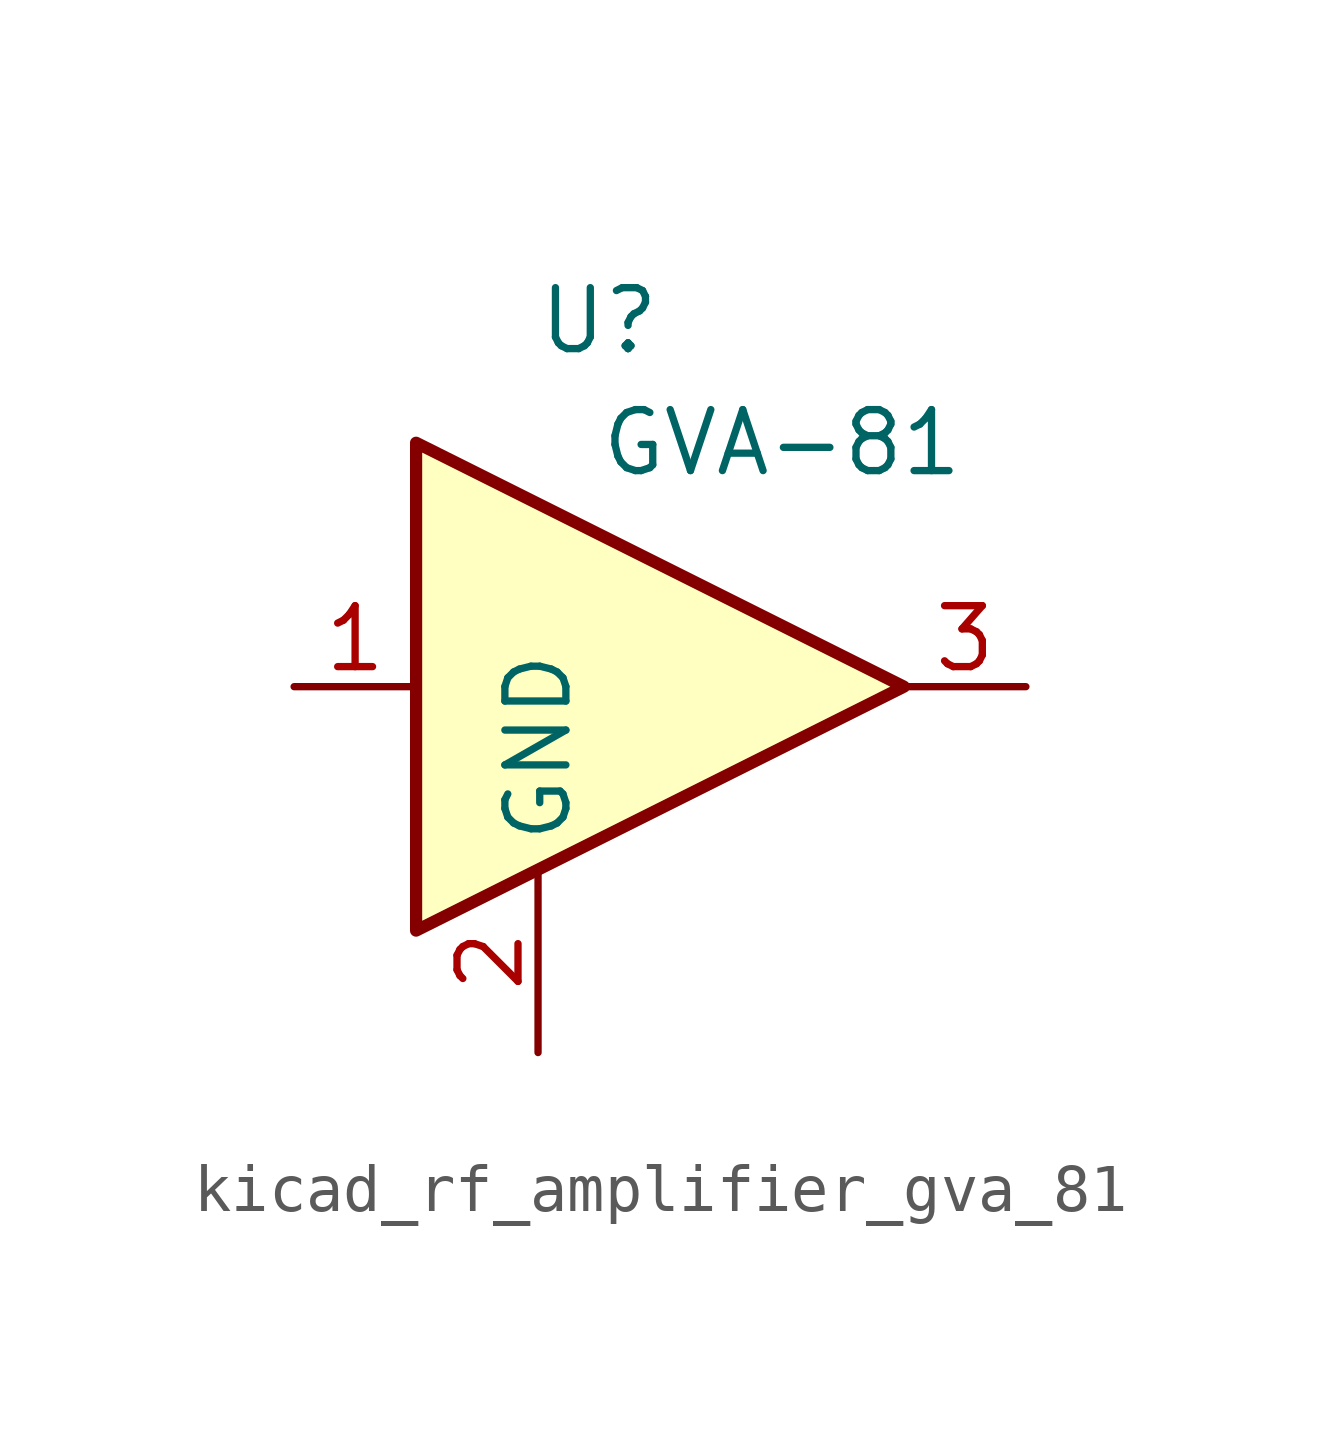
<source format=kicad_sym>
(kicad_symbol_lib
  (version 20220914)
  (generator kicad_symbol_editor)
  (symbol "kicad_rf_amplifier_gva_81"
    (property "Reference" "U"
      (at -1.27 7.62 0)
      (effects (font (size 1.27 1.27))))
    (property "Value" "GVA-81"
      (at 2.54 5.08 0)
      (effects (font (size 1.27 1.27))))
    (symbol "kicad_rf_amplifier_gva_81_0_1"
      (polyline (pts (xy 5.08 0) (xy -5.08 5.08) (xy -5.08 -5.08) (xy 5.08 0)) (stroke (width 0.254) (type default)) (fill (type background))))
    (symbol "kicad_rf_amplifier_gva_81_1_1"
      (pin input line (at -7.62 0 0) (length 2.54) (name "~" (effects (font (size 1.27 1.27)))) (number "1" (effects (font (size 1.27 1.27)))))
      (pin power_in line (at -2.54 -7.62 90) (length 3.81) (name "GND" (effects (font (size 1.27 1.27)))) (number "2" (effects (font (size 1.27 1.27)))))
      (pin output line (at 7.62 0 180) (length 2.54) (name "~" (effects (font (size 1.27 1.27)))) (number "3" (effects (font (size 1.27 1.27))))))))
</source>
